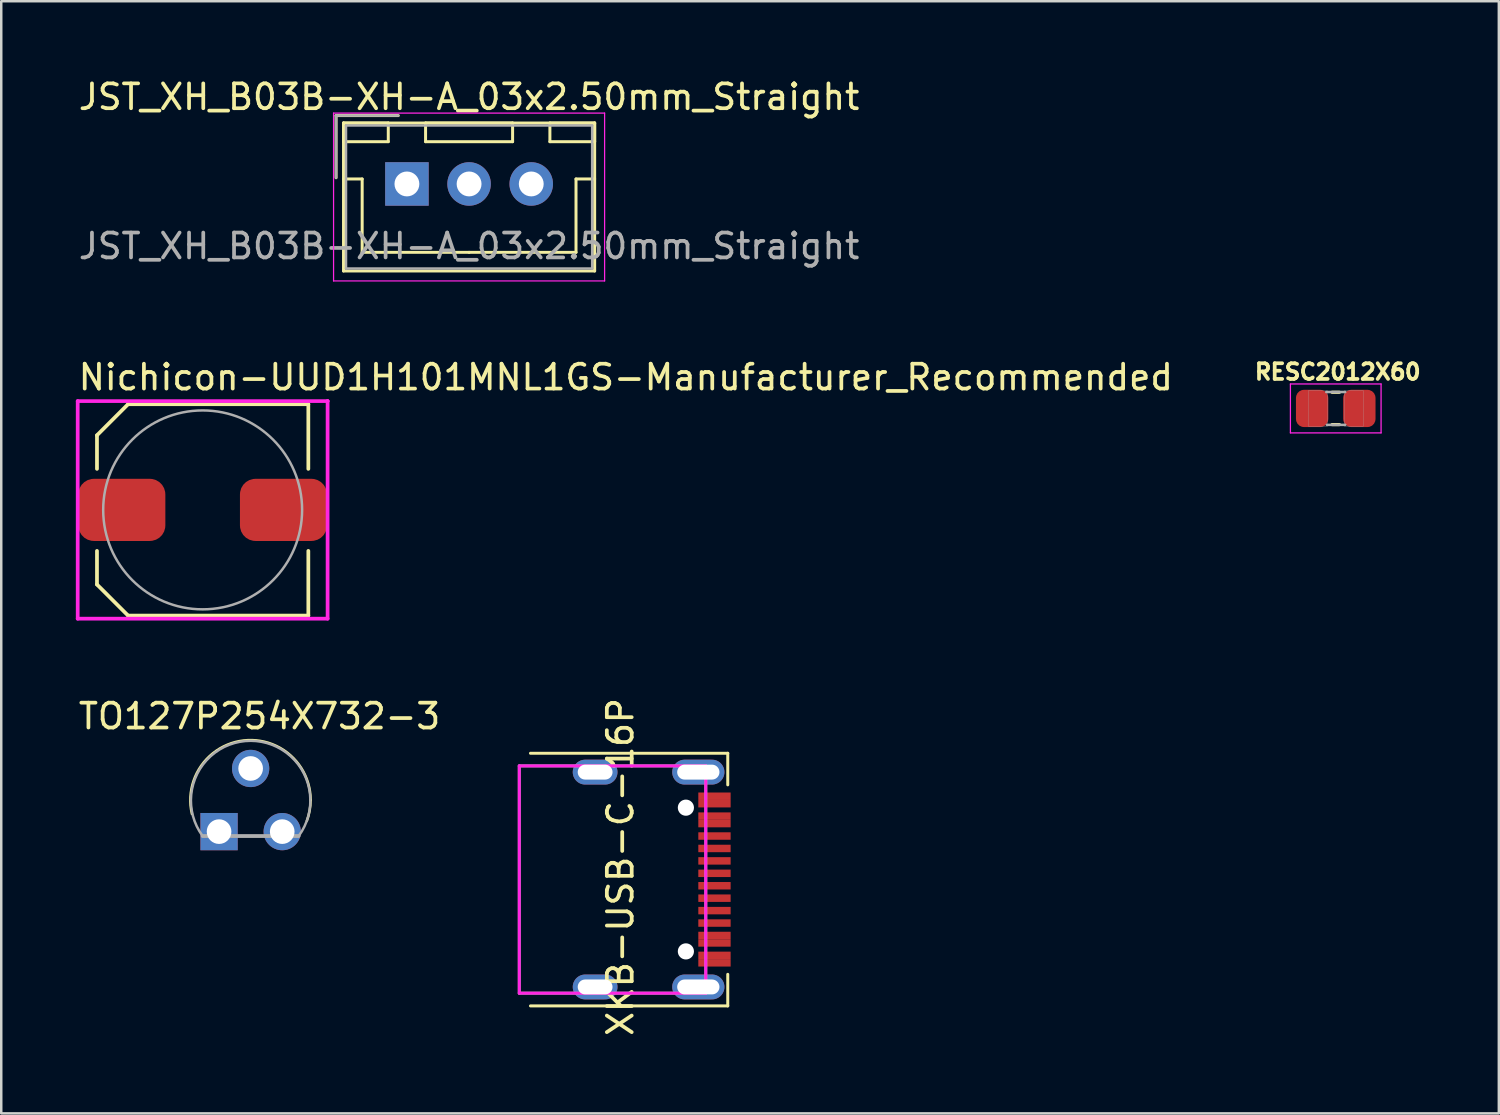
<source format=kicad_pcb>
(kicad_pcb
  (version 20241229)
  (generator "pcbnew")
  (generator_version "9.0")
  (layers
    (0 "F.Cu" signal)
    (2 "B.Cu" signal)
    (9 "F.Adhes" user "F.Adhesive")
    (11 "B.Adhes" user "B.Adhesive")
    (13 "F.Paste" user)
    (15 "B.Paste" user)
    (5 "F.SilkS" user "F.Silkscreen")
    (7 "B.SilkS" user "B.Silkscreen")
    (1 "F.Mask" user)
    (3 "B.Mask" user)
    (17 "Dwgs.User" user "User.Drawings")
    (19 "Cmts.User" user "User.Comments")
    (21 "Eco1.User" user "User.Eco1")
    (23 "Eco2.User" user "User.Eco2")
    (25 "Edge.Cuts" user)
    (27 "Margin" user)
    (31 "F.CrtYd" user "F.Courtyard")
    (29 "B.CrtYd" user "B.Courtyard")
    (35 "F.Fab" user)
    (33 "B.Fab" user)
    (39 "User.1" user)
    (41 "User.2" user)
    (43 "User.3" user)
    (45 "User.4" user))
  (footprint "Nichicon-UUD1H101MNL1GS-Manufacturer_Recommended"
    (layer "F.Cu")
    (at 5.1 17.456)
    (property "Reference" "Nichicon-UUD1H101MNL1GS-Manufacturer_Recommended" (at -5.08 -5.334 0) (layer "F.SilkS") (effects (font (size 1 1) (thickness 0.15)) (justify left)))
    (attr through_hole)
    (fp_line (start -4.25 -3) (end -3 -4.25) (stroke (width 0.15) (type solid)) (layer "F.SilkS"))
    (fp_line (start -4.25 -1.65) (end -4.25 -3) (stroke (width 0.15) (type solid)) (layer "F.SilkS"))
    (fp_line (start -4.25 3) (end -4.25 1.65) (stroke (width 0.15) (type solid)) (layer "F.SilkS"))
    (fp_line (start -4.25 3) (end -3 4.25) (stroke (width 0.15) (type solid)) (layer "F.SilkS"))
    (fp_line (start -3 4.25) (end 4.25 4.25) (stroke (width 0.15) (type solid)) (layer "F.SilkS"))
    (fp_line (start -3 -4.25) (end 4.25 -4.25) (stroke (width 0.15) (type solid)) (layer "F.SilkS"))
    (fp_line (start 4.25 4.25) (end 4.25 1.65) (stroke (width 0.15) (type solid)) (layer "F.SilkS"))
    (fp_line (start 4.25 -1.65) (end 4.25 -4.25) (stroke (width 0.15) (type solid)) (layer "F.SilkS"))
    (fp_line (start -5.025 -4.375) (end -5.025 4.375) (stroke (width 0.15) (type solid)) (layer "F.CrtYd"))
    (fp_line (start -5.025 4.375) (end 5.025 4.375) (stroke (width 0.15) (type solid)) (layer "F.CrtYd"))
    (fp_line (start 5.025 -4.375) (end -5.025 -4.375) (stroke (width 0.15) (type solid)) (layer "F.CrtYd"))
    (fp_line (start 5.025 -4.375) (end 5.025 -4.375) (stroke (width 0.15) (type solid)) (layer "F.CrtYd"))
    (fp_line (start 5.025 4.375) (end 5.025 -4.375) (stroke (width 0.15) (type solid)) (layer "F.CrtYd"))
    (fp_circle (center 0 0) (end 4 0) (stroke (width 0.1) (type solid)) (fill no) (layer "F.Fab"))
    (pad "1" smd roundrect (at -3.25 0 90) (size 2.5 3.5) (layers "F.Cu" "F.Mask" "F.Paste") (roundrect_rratio 0.25))
    (pad "2" smd roundrect (at 3.25 0 90) (size 2.5 3.5) (layers "F.Cu" "F.Mask" "F.Paste") (roundrect_rratio 0.25)))
  (footprint "TO127P254X732-3"
    (layer "F.Cu")
    (at 8.3 27.855)
    (property "Reference" "TO127P254X732-3" (at -0.913 -2.101 0) (layer "F.SilkS") (effects (font (size 1 1) (thickness 0.15))))
    (attr through_hole)
    (fp_arc (start -3.632201 1.828799) (mid -1.557641 -1.125681) (end 1.143 1.27) (stroke (width 0.1) (type solid)) (layer "F.SilkS"))
    (fp_arc (start 1.143 1.27) (mid 1.103466 1.695767) (end 0.9906 2.1082) (stroke (width 0.1) (type solid)) (layer "F.SilkS"))
    (fp_line (start -3.2 2.718) (end 0.66 2.718) (stroke (width 0.152) (type solid)) (layer "F.Fab"))
    (fp_arc (start -3.2004 2.7178) (mid -1.27 -1.112044) (end 0.6604 2.7178) (stroke (width 0.1) (type solid)) (layer "F.Fab"))
    (pad "1" thru_hole rect (at -2.54 2.54) (size 1.499 1.499) (drill 0.991) (layers "*.Cu" "*.Mask"))
    (pad "2" thru_hole circle (at -1.27 0) (size 1.499 1.499) (drill 0.991) (layers "*.Cu" "*.Mask"))
    (pad "3" thru_hole circle (at 0 2.54) (size 1.499 1.499) (drill 0.991) (layers "*.Cu" "*.Mask")))
  (footprint "XKB-USB-C-16P"
    (layer "F.Cu")
    (at 21.584 32.322)
    (property "Reference" "XKB-USB-C-16P" (at 0.316 -0.506 90) (layer "F.SilkS") (effects (font (size 1 1) (thickness 0.15))))
    (attr through_hole)
    (fp_line (start -3.3 -5.078) (end 4.634 -5.078) (stroke (width 0.12) (type solid)) (layer "F.SilkS"))
    (fp_line (start 4.634 -5.078) (end 4.634 -3.808) (stroke (width 0.12) (type solid)) (layer "F.SilkS"))
    (fp_line (start 4.634 3.812) (end 4.634 5.082) (stroke (width 0.12) (type solid)) (layer "F.SilkS"))
    (fp_line (start 4.634 5.082) (end -3.3 5.082) (stroke (width 0.12) (type solid)) (layer "F.SilkS"))
    (fp_line (start -3.75 -4.57) (end -3.75 4.57) (stroke (width 0.12) (type solid)) (layer "F.CrtYd"))
    (fp_line (start 3.75 -4.57) (end -3.75 -4.57) (stroke (width 0.12) (type solid)) (layer "F.CrtYd"))
    (fp_line (start 3.75 -4.57) (end 3.75 4.57) (stroke (width 0.12) (type solid)) (layer "F.CrtYd"))
    (fp_line (start 3.75 4.57) (end -3.75 4.57) (stroke (width 0.12) (type solid)) (layer "F.CrtYd"))
    (fp_line (start -3.75 -4.57) (end -3.75 4.57) (stroke (width 0.12) (type solid)) (layer "F.Fab"))
    (fp_line (start 3.75 -4.57) (end -3.75 -4.57) (stroke (width 0.12) (type solid)) (layer "F.Fab"))
    (fp_line (start 3.75 -4.57) (end 3.75 4.57) (stroke (width 0.12) (type solid)) (layer "F.Fab"))
    (fp_line (start 3.75 4.57) (end -3.75 4.57) (stroke (width 0.12) (type solid)) (layer "F.Fab"))
    (pad "" np_thru_hole circle (at 2.95 -2.89) (size 0.65 0.65) (drill 0.65) (layers "*.Cu" "*.Mask"))
    (pad "" np_thru_hole circle (at 2.95 2.89) (size 0.65 0.65) (drill 0.65) (layers "*.Cu" "*.Mask"))
    (pad "A1" smd rect (at 4.1 -3.35) (size 1.3 0.3) (layers "F.Cu" "F.Mask" "F.Paste"))
    (pad "A4" smd rect (at 4.1 -2.55) (size 1.3 0.3) (layers "F.Cu" "F.Mask" "F.Paste"))
    (pad "A5" smd rect (at 4.1 -1.25) (size 1.3 0.3) (layers "F.Cu" "F.Mask" "F.Paste"))
    (pad "A6" smd rect (at 4.1 -0.25) (size 1.3 0.3) (layers "F.Cu" "F.Mask" "F.Paste"))
    (pad "A7" smd rect (at 4.1 0.25) (size 1.3 0.3) (layers "F.Cu" "F.Mask" "F.Paste"))
    (pad "A8" smd rect (at 4.1 1.25) (size 1.3 0.3) (layers "F.Cu" "F.Mask" "F.Paste"))
    (pad "A9" smd rect (at 4.1 2.55) (size 1.3 0.3) (layers "F.Cu" "F.Mask" "F.Paste"))
    (pad "A12" smd rect (at 4.1 3.35) (size 1.3 0.3) (layers "F.Cu" "F.Mask" "F.Paste"))
    (pad "B1" smd rect (at 4.1 3.05) (size 1.3 0.3) (layers "F.Cu" "F.Mask" "F.Paste"))
    (pad "B4" smd rect (at 4.1 2.25) (size 1.3 0.3) (layers "F.Cu" "F.Mask" "F.Paste"))
    (pad "B5" smd rect (at 4.1 1.75) (size 1.3 0.3) (layers "F.Cu" "F.Mask" "F.Paste"))
    (pad "B6" smd rect (at 4.1 0.75) (size 1.3 0.3) (layers "F.Cu" "F.Mask" "F.Paste"))
    (pad "B7" smd rect (at 4.1 -0.75) (size 1.3 0.3) (layers "F.Cu" "F.Mask" "F.Paste"))
    (pad "B8" smd rect (at 4.1 -1.75) (size 1.3 0.3) (layers "F.Cu" "F.Mask" "F.Paste"))
    (pad "B9" smd rect (at 4.1 -2.25) (size 1.3 0.3) (layers "F.Cu" "F.Mask" "F.Paste"))
    (pad "B12" smd rect (at 4.1 -3.05) (size 1.3 0.3) (layers "F.Cu" "F.Mask" "F.Paste"))
    (pad "S1" thru_hole oval (at -0.7 -4.32) (size 1.8 1) (drill oval 1.4 0.6) (layers "*.Cu" "*.Mask"))
    (pad "S1" thru_hole oval (at -0.7 4.32) (size 1.8 1) (drill oval 1.4 0.6) (layers "*.Cu" "*.Mask"))
    (pad "S1" thru_hole oval (at 3.45 -4.32) (size 2.1 1) (drill oval 1.7 0.6) (layers "*.Cu" "*.Mask"))
    (pad "S1" thru_hole oval (at 3.45 4.32) (size 2.1 1) (drill oval 1.7 0.6) (layers "*.Cu" "*.Mask")))
  (footprint "RESC2012X60"
    (layer "F.Cu")
    (at 50.669 13.376)
    (property "Reference" "RESC2012X60" (at 0.08 -1.471 0) (layer "F.SilkS") (effects (font (size 0.63 0.63) (thickness 0.15))))
    (attr through_hole)
    (fp_line (start -0.15 -0.65) (end 0.15 -0.65) (stroke (width 0.127) (type solid)) (layer "F.SilkS"))
    (fp_line (start -0.15 0.65) (end 0.15 0.65) (stroke (width 0.127) (type solid)) (layer "F.SilkS"))
    (fp_line (start -1.823 -0.983) (end 1.823 -0.983) (stroke (width 0.051) (type solid)) (layer "F.CrtYd"))
    (fp_line (start -1.823 0.983) (end -1.823 -0.983) (stroke (width 0.051) (type solid)) (layer "F.CrtYd"))
    (fp_line (start 1.823 -0.983) (end 1.823 0.983) (stroke (width 0.051) (type solid)) (layer "F.CrtYd"))
    (fp_line (start 1.823 0.983) (end -1.823 0.983) (stroke (width 0.051) (type solid)) (layer "F.CrtYd"))
    (fp_line (start -0.381 -0.66) (end 0.381 -0.66) (stroke (width 0.102) (type solid)) (layer "F.Fab"))
    (fp_line (start -0.356 0.66) (end 0.381 0.66) (stroke (width 0.102) (type solid)) (layer "F.Fab"))
    (fp_poly (pts (xy -1.094 -0.726) (xy -0.342 -0.726) (xy -0.342 0.725) (xy -1.094 0.725)) (stroke (width 0.01) (type solid)) (fill no) (layer "F.Fab"))
    (fp_poly (pts (xy 0.356 -0.726) (xy 1.106 -0.726) (xy 1.106 0.725) (xy 0.356 0.725)) (stroke (width 0.01) (type solid)) (fill no) (layer "F.Fab"))
    (pad "1" smd roundrect (at -0.95 0) (size 1.3 1.5) (layers "F.Cu" "F.Mask" "F.Paste") (roundrect_rratio 0.25))
    (pad "2" smd roundrect (at 0.95 0) (size 1.3 1.5) (layers "F.Cu" "F.Mask" "F.Paste") (roundrect_rratio 0.25)))
  (footprint "JST_XH_B03B-XH-A_03x2.50mm_Straight"
    (layer "F.Cu")
    (at 13.315 4.348)
    (property "Reference" "JST_XH_B03B-XH-A_03x2.50mm_Straight" (at 2.5 -3.5 0) (layer "F.SilkS") (effects (font (size 1 1) (thickness 0.15))))
    (attr through_hole)
    (fp_line (start -2.85 -2.75) (end -2.85 -0.25) (stroke (width 0.12) (type solid)) (layer "F.SilkS"))
    (fp_line (start -2.55 -2.45) (end -2.55 -1.7) (stroke (width 0.12) (type solid)) (layer "F.SilkS"))
    (fp_line (start -2.55 -2.45) (end -2.55 3.5) (stroke (width 0.12) (type solid)) (layer "F.SilkS"))
    (fp_line (start -2.55 -1.7) (end -0.75 -1.7) (stroke (width 0.12) (type solid)) (layer "F.SilkS"))
    (fp_line (start -2.55 -0.2) (end -1.8 -0.2) (stroke (width 0.12) (type solid)) (layer "F.SilkS"))
    (fp_line (start -2.55 3.5) (end 7.55 3.5) (stroke (width 0.12) (type solid)) (layer "F.SilkS"))
    (fp_line (start -1.8 -0.2) (end -1.8 2.75) (stroke (width 0.12) (type solid)) (layer "F.SilkS"))
    (fp_line (start -1.8 2.75) (end 2.5 2.75) (stroke (width 0.12) (type solid)) (layer "F.SilkS"))
    (fp_line (start -0.75 -2.45) (end -2.55 -2.45) (stroke (width 0.12) (type solid)) (layer "F.SilkS"))
    (fp_line (start -0.75 -1.7) (end -0.75 -2.45) (stroke (width 0.12) (type solid)) (layer "F.SilkS"))
    (fp_line (start -0.35 -2.75) (end -2.85 -2.75) (stroke (width 0.12) (type solid)) (layer "F.SilkS"))
    (fp_line (start 0.75 -2.45) (end 0.75 -1.7) (stroke (width 0.12) (type solid)) (layer "F.SilkS"))
    (fp_line (start 0.75 -1.7) (end 4.25 -1.7) (stroke (width 0.12) (type solid)) (layer "F.SilkS"))
    (fp_line (start 4.25 -2.45) (end 0.75 -2.45) (stroke (width 0.12) (type solid)) (layer "F.SilkS"))
    (fp_line (start 4.25 -1.7) (end 4.25 -2.45) (stroke (width 0.12) (type solid)) (layer "F.SilkS"))
    (fp_line (start 5.75 -2.45) (end 5.75 -1.7) (stroke (width 0.12) (type solid)) (layer "F.SilkS"))
    (fp_line (start 5.75 -1.7) (end 7.55 -1.7) (stroke (width 0.12) (type solid)) (layer "F.SilkS"))
    (fp_line (start 6.8 -0.2) (end 6.8 2.75) (stroke (width 0.12) (type solid)) (layer "F.SilkS"))
    (fp_line (start 6.8 2.75) (end 2.5 2.75) (stroke (width 0.12) (type solid)) (layer "F.SilkS"))
    (fp_line (start 7.55 -2.45) (end -2.55 -2.45) (stroke (width 0.12) (type solid)) (layer "F.SilkS"))
    (fp_line (start 7.55 -2.45) (end 5.75 -2.45) (stroke (width 0.12) (type solid)) (layer "F.SilkS"))
    (fp_line (start 7.55 -1.7) (end 7.55 -2.45) (stroke (width 0.12) (type solid)) (layer "F.SilkS"))
    (fp_line (start 7.55 -0.2) (end 6.8 -0.2) (stroke (width 0.12) (type solid)) (layer "F.SilkS"))
    (fp_line (start 7.55 3.5) (end 7.55 -2.45) (stroke (width 0.12) (type solid)) (layer "F.SilkS"))
    (fp_line (start -2.95 -2.85) (end -2.95 3.9) (stroke (width 0.05) (type solid)) (layer "F.CrtYd"))
    (fp_line (start -2.95 3.9) (end 7.95 3.9) (stroke (width 0.05) (type solid)) (layer "F.CrtYd"))
    (fp_line (start 7.95 -2.85) (end -2.95 -2.85) (stroke (width 0.05) (type solid)) (layer "F.CrtYd"))
    (fp_line (start 7.95 3.9) (end 7.95 -2.85) (stroke (width 0.05) (type solid)) (layer "F.CrtYd"))
    (fp_line (start -2.85 -2.75) (end -2.85 -0.25) (stroke (width 0.1) (type solid)) (layer "F.Fab"))
    (fp_line (start -2.45 -2.35) (end -2.45 3.4) (stroke (width 0.1) (type solid)) (layer "F.Fab"))
    (fp_line (start -2.45 3.4) (end 7.45 3.4) (stroke (width 0.1) (type solid)) (layer "F.Fab"))
    (fp_line (start -0.35 -2.75) (end -2.85 -2.75) (stroke (width 0.1) (type solid)) (layer "F.Fab"))
    (fp_line (start 7.45 -2.35) (end -2.45 -2.35) (stroke (width 0.1) (type solid)) (layer "F.Fab"))
    (fp_line (start 7.45 3.4) (end 7.45 -2.35) (stroke (width 0.1) (type solid)) (layer "F.Fab"))
    (fp_text user "${REFERENCE}" (at 2.5 2.5 0) (layer "F.Fab") (effects (font (size 1 1) (thickness 0.15))))
    (pad "1" thru_hole rect (at 0 0) (size 1.75 1.75) (drill 1) (layers "*.Cu" "*.Mask"))
    (pad "2" thru_hole circle (at 2.5 0) (size 1.75 1.75) (drill 1) (layers "*.Cu" "*.Mask"))
    (pad "3" thru_hole circle (at 5 0) (size 1.75 1.75) (drill 1) (layers "*.Cu" "*.Mask")))
  (gr_rect
    (start -3 -3)
    (end 57.228 41.727)
    (stroke (width 0.1) (type default))
    (fill no)
    (layer "Edge.Cuts")))
</source>
